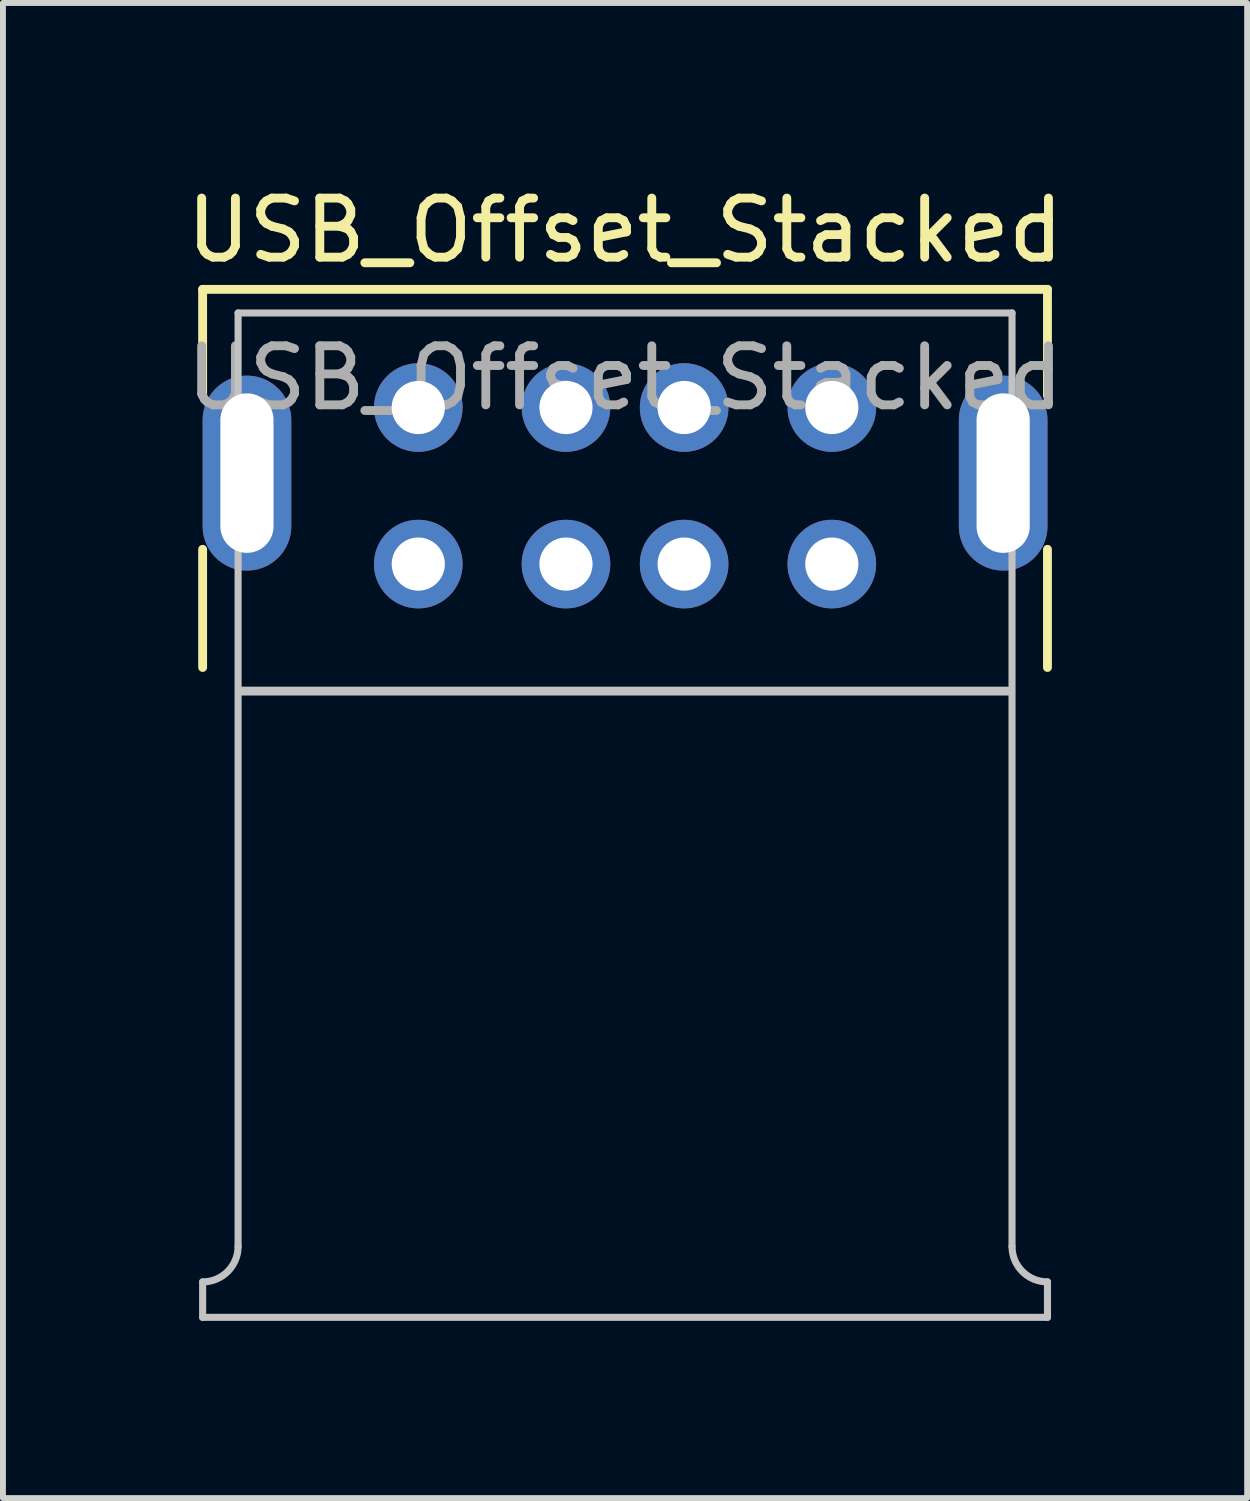
<source format=kicad_pcb>
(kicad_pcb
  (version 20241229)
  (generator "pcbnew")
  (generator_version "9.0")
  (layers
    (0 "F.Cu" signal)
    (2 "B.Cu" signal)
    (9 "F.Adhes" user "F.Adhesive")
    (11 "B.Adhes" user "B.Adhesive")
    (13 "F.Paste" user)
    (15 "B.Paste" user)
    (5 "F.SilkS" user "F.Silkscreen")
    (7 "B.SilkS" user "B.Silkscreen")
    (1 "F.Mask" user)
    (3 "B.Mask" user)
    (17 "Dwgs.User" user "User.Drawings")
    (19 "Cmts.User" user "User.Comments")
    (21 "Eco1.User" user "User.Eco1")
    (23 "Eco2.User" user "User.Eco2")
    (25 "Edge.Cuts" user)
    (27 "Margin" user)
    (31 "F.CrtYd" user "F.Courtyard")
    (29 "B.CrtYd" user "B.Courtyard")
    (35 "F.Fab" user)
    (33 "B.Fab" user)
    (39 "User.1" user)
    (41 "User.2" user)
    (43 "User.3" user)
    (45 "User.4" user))
  (footprint "USB_Offset_Stacked"
    (layer "F.Cu")
    (at 7.53 1.848)
    (property "Reference" "USB_Offset_Stacked" (at 0 -1 0) (unlocked yes) (layer "F.SilkS") (effects (font (size 1 1) (thickness 0.15))))
    (attr through_hole)
    (fp_line (start -7.15 0) (end 7.15 0) (stroke (width 0.15) (type solid)) (layer "F.SilkS"))
    (fp_line (start -7.15 1.8) (end -7.15 0) (stroke (width 0.15) (type solid)) (layer "F.SilkS"))
    (fp_line (start -7.15 6.4) (end -7.15 4.4) (stroke (width 0.15) (type solid)) (layer "F.SilkS"))
    (fp_line (start 7.15 1.8) (end 7.15 0) (stroke (width 0.15) (type solid)) (layer "F.SilkS"))
    (fp_line (start 7.15 6.4) (end 7.15 4.4) (stroke (width 0.15) (type solid)) (layer "F.SilkS"))
    (fp_line (start -7.15 16.8) (end -7.15 17.4) (stroke (width 0.12) (type solid)) (layer "Dwgs.User"))
    (fp_line (start -7.15 17.4) (end 7.15 17.4) (stroke (width 0.12) (type solid)) (layer "Dwgs.User"))
    (fp_line (start -6.55 0.4) (end -6.55 16.2) (stroke (width 0.12) (type solid)) (layer "Dwgs.User"))
    (fp_line (start -6.55 0.4) (end 6.55 0.4) (stroke (width 0.12) (type solid)) (layer "Dwgs.User"))
    (fp_line (start -6.49 6.8) (end 6.49 6.8) (stroke (width 0.15) (type solid)) (layer "Dwgs.User"))
    (fp_line (start 6.55 0.4) (end 6.55 16.2) (stroke (width 0.12) (type solid)) (layer "Dwgs.User"))
    (fp_line (start 7.15 16.8) (end 7.15 17.4) (stroke (width 0.12) (type solid)) (layer "Dwgs.User"))
    (fp_arc (start -6.55 16.2) (mid -6.725736 16.624264) (end -7.15 16.8) (stroke (width 0.12) (type solid)) (layer "Dwgs.User"))
    (fp_arc (start 7.15 16.8) (mid 6.725736 16.624264) (end 6.55 16.2) (stroke (width 0.12) (type solid)) (layer "Dwgs.User"))
    (fp_text user "${REFERENCE}" (at 0 1.5 0) (unlocked yes) (layer "F.Fab") (effects (font (size 1 1) (thickness 0.15))))
    (pad "1" thru_hole circle (at -3.5 2) (size 1.5 1.5) (drill 0.9) (layers "*.Cu" "*.Mask"))
    (pad "2" thru_hole circle (at -1 2) (size 1.5 1.5) (drill 0.9) (layers "*.Cu" "*.Mask"))
    (pad "3" thru_hole circle (at 1 2) (size 1.5 1.5) (drill 0.9) (layers "*.Cu" "*.Mask"))
    (pad "4" thru_hole circle (at 3.5 2) (size 1.5 1.5) (drill 0.9) (layers "*.Cu" "*.Mask"))
    (pad "5" thru_hole circle (at -3.5 4.65) (size 1.5 1.5) (drill 0.9) (layers "*.Cu" "*.Mask"))
    (pad "6" thru_hole circle (at -1 4.65) (size 1.5 1.5) (drill 0.9) (layers "*.Cu" "*.Mask"))
    (pad "7" thru_hole circle (at 1 4.65) (size 1.5 1.5) (drill 0.9) (layers "*.Cu" "*.Mask"))
    (pad "8" thru_hole circle (at 3.5 4.65) (size 1.5 1.5) (drill 0.9) (layers "*.Cu" "*.Mask"))
    (pad "9" thru_hole oval (at -6.4 3.11) (size 1.5 3.3) (drill oval 0.9 2.7) (layers "*.Cu" "*.Mask"))
    (pad "9" thru_hole oval (at 6.4 3.11) (size 1.5 3.3) (drill oval 0.9 2.7) (layers "*.Cu" "*.Mask")))
  (gr_rect
    (start -3 -3)
    (end 18.06 22.308)
    (stroke (width 0.1) (type default))
    (fill no)
    (layer "Edge.Cuts")))
</source>
